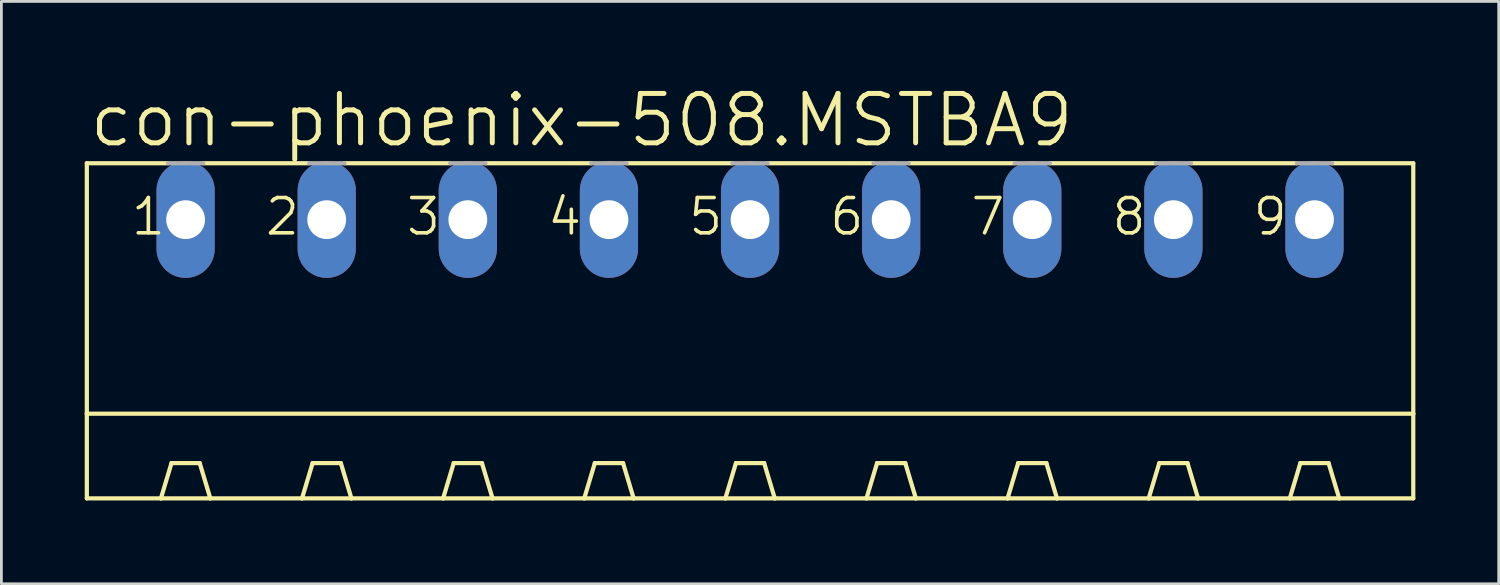
<source format=kicad_pcb>
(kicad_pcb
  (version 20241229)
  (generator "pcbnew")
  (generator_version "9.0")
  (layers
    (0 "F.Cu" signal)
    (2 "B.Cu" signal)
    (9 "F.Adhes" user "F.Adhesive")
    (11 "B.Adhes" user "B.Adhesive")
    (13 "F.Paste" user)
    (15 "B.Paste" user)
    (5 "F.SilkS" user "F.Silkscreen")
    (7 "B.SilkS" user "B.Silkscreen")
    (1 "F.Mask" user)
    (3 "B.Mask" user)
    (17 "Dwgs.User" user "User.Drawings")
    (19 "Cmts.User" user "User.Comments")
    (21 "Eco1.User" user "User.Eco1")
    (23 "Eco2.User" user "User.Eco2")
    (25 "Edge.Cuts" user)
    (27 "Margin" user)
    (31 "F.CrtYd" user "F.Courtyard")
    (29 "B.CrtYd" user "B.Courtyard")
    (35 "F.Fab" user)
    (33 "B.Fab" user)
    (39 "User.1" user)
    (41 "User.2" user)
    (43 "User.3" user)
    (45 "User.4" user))
  (footprint "con-phoenix-508.MSTBA9"
    (layer "F.Cu")
    (at 23.952 9.938)
    (property "Reference" "con-phoenix-508.MSTBA9" (at -23.876 -7.62 0) (layer "F.SilkS") (effects (font (size 1.778 1.778) (thickness 0.18)) (justify left bottom)))
    (attr through_hole)
    (fp_line (start -23.876 -7.112) (end -23.876 1.905) (stroke (width 0.152) (type default)) (layer "F.SilkS"))
    (fp_line (start -23.876 -7.112) (end -20.955 -7.112) (stroke (width 0.152) (type default)) (layer "F.SilkS"))
    (fp_line (start -23.876 1.905) (end -23.876 4.953) (stroke (width 0.152) (type default)) (layer "F.SilkS"))
    (fp_line (start -23.876 1.905) (end 23.876 1.905) (stroke (width 0.152) (type default)) (layer "F.SilkS"))
    (fp_line (start -23.876 4.953) (end -21.209 4.953) (stroke (width 0.152) (type default)) (layer "F.SilkS"))
    (fp_line (start -21.209 4.953) (end -20.828 3.683) (stroke (width 0.152) (type default)) (layer "F.SilkS"))
    (fp_line (start -21.209 4.953) (end -19.431 4.953) (stroke (width 0.152) (type default)) (layer "F.SilkS"))
    (fp_line (start -19.812 3.683) (end -20.828 3.683) (stroke (width 0.152) (type default)) (layer "F.SilkS"))
    (fp_line (start -19.685 -7.112) (end -15.875 -7.112) (stroke (width 0.152) (type default)) (layer "F.SilkS"))
    (fp_line (start -19.431 4.953) (end -19.812 3.683) (stroke (width 0.152) (type default)) (layer "F.SilkS"))
    (fp_line (start -19.431 4.953) (end -16.129 4.953) (stroke (width 0.152) (type default)) (layer "F.SilkS"))
    (fp_line (start -16.129 4.953) (end -15.748 3.683) (stroke (width 0.152) (type default)) (layer "F.SilkS"))
    (fp_line (start -16.129 4.953) (end -14.351 4.953) (stroke (width 0.152) (type default)) (layer "F.SilkS"))
    (fp_line (start -15.748 3.683) (end -14.732 3.683) (stroke (width 0.152) (type default)) (layer "F.SilkS"))
    (fp_line (start -14.605 -7.112) (end -10.795 -7.112) (stroke (width 0.152) (type default)) (layer "F.SilkS"))
    (fp_line (start -14.351 4.953) (end -14.732 3.683) (stroke (width 0.152) (type default)) (layer "F.SilkS"))
    (fp_line (start -14.351 4.953) (end -11.049 4.953) (stroke (width 0.152) (type default)) (layer "F.SilkS"))
    (fp_line (start -11.049 4.953) (end -10.668 3.683) (stroke (width 0.152) (type default)) (layer "F.SilkS"))
    (fp_line (start -11.049 4.953) (end -9.271 4.953) (stroke (width 0.152) (type default)) (layer "F.SilkS"))
    (fp_line (start -10.668 3.683) (end -9.652 3.683) (stroke (width 0.152) (type default)) (layer "F.SilkS"))
    (fp_line (start -9.525 -7.112) (end -5.715 -7.112) (stroke (width 0.152) (type default)) (layer "F.SilkS"))
    (fp_line (start -9.271 4.953) (end -9.652 3.683) (stroke (width 0.152) (type default)) (layer "F.SilkS"))
    (fp_line (start -9.271 4.953) (end -5.969 4.953) (stroke (width 0.152) (type default)) (layer "F.SilkS"))
    (fp_line (start -5.969 4.953) (end -5.588 3.683) (stroke (width 0.152) (type default)) (layer "F.SilkS"))
    (fp_line (start -5.969 4.953) (end -4.191 4.953) (stroke (width 0.152) (type default)) (layer "F.SilkS"))
    (fp_line (start -5.588 3.683) (end -4.572 3.683) (stroke (width 0.152) (type default)) (layer "F.SilkS"))
    (fp_line (start -4.445 -7.112) (end -0.635 -7.112) (stroke (width 0.152) (type default)) (layer "F.SilkS"))
    (fp_line (start -4.191 4.953) (end -4.572 3.683) (stroke (width 0.152) (type default)) (layer "F.SilkS"))
    (fp_line (start -4.191 4.953) (end -0.889 4.953) (stroke (width 0.152) (type default)) (layer "F.SilkS"))
    (fp_line (start -0.889 4.953) (end -0.508 3.683) (stroke (width 0.152) (type default)) (layer "F.SilkS"))
    (fp_line (start -0.889 4.953) (end 0.889 4.953) (stroke (width 0.152) (type default)) (layer "F.SilkS"))
    (fp_line (start -0.508 3.683) (end 0.508 3.683) (stroke (width 0.152) (type default)) (layer "F.SilkS"))
    (fp_line (start 0.635 -7.112) (end 4.445 -7.112) (stroke (width 0.152) (type default)) (layer "F.SilkS"))
    (fp_line (start 0.889 4.953) (end 0.508 3.683) (stroke (width 0.152) (type default)) (layer "F.SilkS"))
    (fp_line (start 0.889 4.953) (end 4.191 4.953) (stroke (width 0.152) (type default)) (layer "F.SilkS"))
    (fp_line (start 4.191 4.953) (end 4.572 3.683) (stroke (width 0.152) (type default)) (layer "F.SilkS"))
    (fp_line (start 4.191 4.953) (end 5.969 4.953) (stroke (width 0.152) (type default)) (layer "F.SilkS"))
    (fp_line (start 4.572 3.683) (end 5.588 3.683) (stroke (width 0.152) (type default)) (layer "F.SilkS"))
    (fp_line (start 5.715 -7.112) (end 9.525 -7.112) (stroke (width 0.152) (type default)) (layer "F.SilkS"))
    (fp_line (start 5.969 4.953) (end 5.588 3.683) (stroke (width 0.152) (type default)) (layer "F.SilkS"))
    (fp_line (start 5.969 4.953) (end 9.271 4.953) (stroke (width 0.152) (type default)) (layer "F.SilkS"))
    (fp_line (start 9.271 4.953) (end 9.652 3.683) (stroke (width 0.152) (type default)) (layer "F.SilkS"))
    (fp_line (start 9.271 4.953) (end 11.049 4.953) (stroke (width 0.152) (type default)) (layer "F.SilkS"))
    (fp_line (start 9.652 3.683) (end 10.668 3.683) (stroke (width 0.152) (type default)) (layer "F.SilkS"))
    (fp_line (start 10.795 -7.112) (end 14.605 -7.112) (stroke (width 0.152) (type default)) (layer "F.SilkS"))
    (fp_line (start 11.049 4.953) (end 10.668 3.683) (stroke (width 0.152) (type default)) (layer "F.SilkS"))
    (fp_line (start 11.049 4.953) (end 14.351 4.953) (stroke (width 0.152) (type default)) (layer "F.SilkS"))
    (fp_line (start 14.351 4.953) (end 14.732 3.683) (stroke (width 0.152) (type default)) (layer "F.SilkS"))
    (fp_line (start 14.351 4.953) (end 16.129 4.953) (stroke (width 0.152) (type default)) (layer "F.SilkS"))
    (fp_line (start 14.732 3.683) (end 15.748 3.683) (stroke (width 0.152) (type default)) (layer "F.SilkS"))
    (fp_line (start 15.875 -7.112) (end 19.685 -7.112) (stroke (width 0.152) (type default)) (layer "F.SilkS"))
    (fp_line (start 16.129 4.953) (end 15.748 3.683) (stroke (width 0.152) (type default)) (layer "F.SilkS"))
    (fp_line (start 16.129 4.953) (end 19.431 4.953) (stroke (width 0.152) (type default)) (layer "F.SilkS"))
    (fp_line (start 19.431 4.953) (end 19.812 3.683) (stroke (width 0.152) (type default)) (layer "F.SilkS"))
    (fp_line (start 19.431 4.953) (end 21.209 4.953) (stroke (width 0.152) (type default)) (layer "F.SilkS"))
    (fp_line (start 19.812 3.683) (end 20.828 3.683) (stroke (width 0.152) (type default)) (layer "F.SilkS"))
    (fp_line (start 20.955 -7.112) (end 23.876 -7.112) (stroke (width 0.152) (type default)) (layer "F.SilkS"))
    (fp_line (start 21.209 4.953) (end 20.828 3.683) (stroke (width 0.152) (type default)) (layer "F.SilkS"))
    (fp_line (start 21.209 4.953) (end 23.876 4.953) (stroke (width 0.152) (type default)) (layer "F.SilkS"))
    (fp_line (start 23.876 -7.112) (end 23.876 1.905) (stroke (width 0.152) (type default)) (layer "F.SilkS"))
    (fp_line (start 23.876 1.905) (end 23.876 4.953) (stroke (width 0.152) (type default)) (layer "F.SilkS"))
    (fp_line (start -20.955 -7.112) (end -19.685 -7.112) (stroke (width 0.152) (type default)) (layer "F.Fab"))
    (fp_line (start -15.875 -7.112) (end -14.605 -7.112) (stroke (width 0.152) (type default)) (layer "F.Fab"))
    (fp_line (start -10.795 -7.112) (end -9.525 -7.112) (stroke (width 0.152) (type default)) (layer "F.Fab"))
    (fp_line (start -5.715 -7.112) (end -4.445 -7.112) (stroke (width 0.152) (type default)) (layer "F.Fab"))
    (fp_line (start -0.635 -7.112) (end 0.635 -7.112) (stroke (width 0.152) (type default)) (layer "F.Fab"))
    (fp_line (start 4.445 -7.112) (end 5.715 -7.112) (stroke (width 0.152) (type default)) (layer "F.Fab"))
    (fp_line (start 9.525 -7.112) (end 10.795 -7.112) (stroke (width 0.152) (type default)) (layer "F.Fab"))
    (fp_line (start 14.605 -7.112) (end 15.875 -7.112) (stroke (width 0.152) (type default)) (layer "F.Fab"))
    (fp_line (start 19.685 -7.112) (end 20.955 -7.112) (stroke (width 0.152) (type default)) (layer "F.Fab"))
    (fp_text user "1" (at -22.352 -4.445 0) (layer "F.SilkS") (effects (font (size 1.27 1.27) (thickness 0.13)) (justify left bottom)))
    (fp_text user "2" (at -17.526 -4.445 0) (layer "F.SilkS") (effects (font (size 1.27 1.27) (thickness 0.13)) (justify left bottom)))
    (fp_text user "6" (at 2.794 -4.445 0) (layer "F.SilkS") (effects (font (size 1.27 1.27) (thickness 0.13)) (justify left bottom)))
    (fp_text user "5" (at -2.286 -4.445 0) (layer "F.SilkS") (effects (font (size 1.27 1.27) (thickness 0.13)) (justify left bottom)))
    (fp_text user "8" (at 12.954 -4.445 0) (layer "F.SilkS") (effects (font (size 1.27 1.27) (thickness 0.13)) (justify left bottom)))
    (fp_text user "9" (at 18.034 -4.445 0) (layer "F.SilkS") (effects (font (size 1.27 1.27) (thickness 0.13)) (justify left bottom)))
    (fp_text user "4" (at -7.366 -4.445 0) (layer "F.SilkS") (effects (font (size 1.27 1.27) (thickness 0.13)) (justify left bottom)))
    (fp_text user "3" (at -12.446 -4.445 0) (layer "F.SilkS") (effects (font (size 1.27 1.27) (thickness 0.13)) (justify left bottom)))
    (fp_text user "7" (at 7.874 -4.445 0) (layer "F.SilkS") (effects (font (size 1.27 1.27) (thickness 0.13)) (justify left bottom)))
    (pad "1" thru_hole oval (at -20.32 -5.08 90) (size 4.191 2.095) (drill 1.397) (layers "*.Cu" "*.Mask"))
    (pad "2" thru_hole oval (at -15.24 -5.08 90) (size 4.191 2.095) (drill 1.397) (layers "*.Cu" "*.Mask"))
    (pad "3" thru_hole oval (at -10.16 -5.08 90) (size 4.191 2.095) (drill 1.397) (layers "*.Cu" "*.Mask"))
    (pad "4" thru_hole oval (at -5.08 -5.08 90) (size 4.191 2.095) (drill 1.397) (layers "*.Cu" "*.Mask"))
    (pad "5" thru_hole oval (at 0 -5.08 90) (size 4.191 2.095) (drill 1.397) (layers "*.Cu" "*.Mask"))
    (pad "6" thru_hole oval (at 5.08 -5.08 90) (size 4.191 2.095) (drill 1.397) (layers "*.Cu" "*.Mask"))
    (pad "7" thru_hole oval (at 10.16 -5.08 90) (size 4.191 2.095) (drill 1.397) (layers "*.Cu" "*.Mask"))
    (pad "8" thru_hole oval (at 15.24 -5.08 90) (size 4.191 2.095) (drill 1.397) (layers "*.Cu" "*.Mask"))
    (pad "9" thru_hole oval (at 20.32 -5.08 90) (size 4.191 2.095) (drill 1.397) (layers "*.Cu" "*.Mask")))
  (gr_rect
    (start -3 -3)
    (end 50.904 17.967)
    (stroke (width 0.1) (type default))
    (fill no)
    (layer "Edge.Cuts")))
</source>
